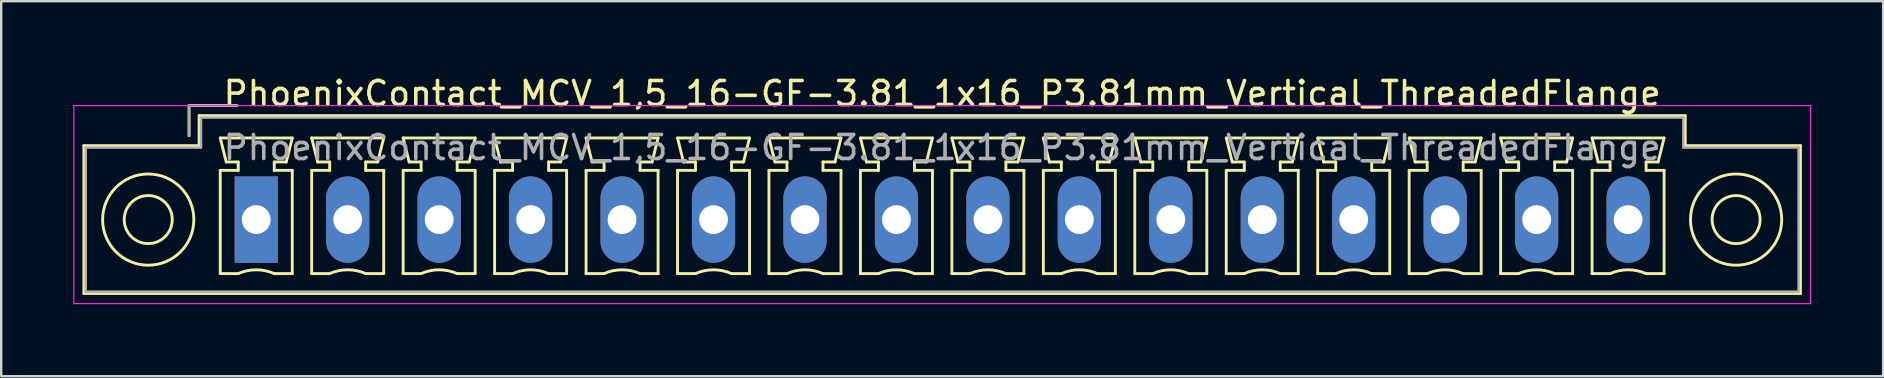
<source format=kicad_pcb>
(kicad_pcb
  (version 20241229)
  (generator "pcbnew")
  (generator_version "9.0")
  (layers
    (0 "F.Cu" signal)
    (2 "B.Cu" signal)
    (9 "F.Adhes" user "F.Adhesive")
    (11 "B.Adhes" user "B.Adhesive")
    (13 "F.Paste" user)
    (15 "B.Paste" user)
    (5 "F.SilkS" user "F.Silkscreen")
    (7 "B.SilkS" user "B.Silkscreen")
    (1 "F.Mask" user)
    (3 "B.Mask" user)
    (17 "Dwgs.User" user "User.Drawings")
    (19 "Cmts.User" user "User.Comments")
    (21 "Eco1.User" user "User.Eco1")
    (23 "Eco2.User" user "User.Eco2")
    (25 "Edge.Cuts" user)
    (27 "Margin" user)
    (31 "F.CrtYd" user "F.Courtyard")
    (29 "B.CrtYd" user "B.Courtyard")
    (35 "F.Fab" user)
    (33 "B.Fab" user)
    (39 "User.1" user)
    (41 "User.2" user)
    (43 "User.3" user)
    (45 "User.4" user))
  (footprint "PhoenixContact_MCV_1,5_16-GF-3.81_1x16_P3.81mm_Vertical_ThreadedFlange"
    (layer "F.Cu")
    (at 7.625 6.098)
    (property "Reference" "PhoenixContact_MCV_1,5_16-GF-3.81_1x16_P3.81mm_Vertical_ThreadedFlange" (at 28.575 -5.25 0) (layer "F.SilkS") (effects (font (size 1 1) (thickness 0.15))))
    (attr through_hole)
    (fp_line (start -7.18 -3.08) (end -7.18 3.08) (stroke (width 0.12) (type solid)) (layer "F.SilkS"))
    (fp_line (start -7.18 3.08) (end 64.33 3.08) (stroke (width 0.12) (type solid)) (layer "F.SilkS"))
    (fp_line (start -2.8 -4.75) (end -0.8 -4.75) (stroke (width 0.12) (type solid)) (layer "F.SilkS"))
    (fp_line (start -2.8 -3.5) (end -2.8 -4.75) (stroke (width 0.12) (type solid)) (layer "F.SilkS"))
    (fp_line (start -2.38 -4.33) (end -2.38 -3.08) (stroke (width 0.12) (type solid)) (layer "F.SilkS"))
    (fp_line (start -2.38 -3.08) (end -7.18 -3.08) (stroke (width 0.12) (type solid)) (layer "F.SilkS"))
    (fp_line (start -1.5 -3.4) (end 1.5 -3.4) (stroke (width 0.12) (type solid)) (layer "F.SilkS"))
    (fp_line (start -1.5 -2.05) (end -0.75 -2.05) (stroke (width 0.12) (type solid)) (layer "F.SilkS"))
    (fp_line (start -1.5 2.25) (end -1.5 -2.05) (stroke (width 0.12) (type solid)) (layer "F.SilkS"))
    (fp_line (start -1.25 -2.4) (end -1.5 -3.4) (stroke (width 0.12) (type solid)) (layer "F.SilkS"))
    (fp_line (start -0.75 -2.4) (end -1.25 -2.4) (stroke (width 0.12) (type solid)) (layer "F.SilkS"))
    (fp_line (start -0.75 -2.05) (end -0.75 -2.4) (stroke (width 0.12) (type solid)) (layer "F.SilkS"))
    (fp_line (start -0.75 2.25) (end -1.5 2.25) (stroke (width 0.12) (type solid)) (layer "F.SilkS"))
    (fp_line (start 0.75 -2.4) (end 0.75 -2.05) (stroke (width 0.12) (type solid)) (layer "F.SilkS"))
    (fp_line (start 0.75 -2.05) (end 1.5 -2.05) (stroke (width 0.12) (type solid)) (layer "F.SilkS"))
    (fp_line (start 1.25 -2.4) (end 0.75 -2.4) (stroke (width 0.12) (type solid)) (layer "F.SilkS"))
    (fp_line (start 1.5 -3.4) (end 1.25 -2.4) (stroke (width 0.12) (type solid)) (layer "F.SilkS"))
    (fp_line (start 1.5 -2.05) (end 1.5 2.25) (stroke (width 0.12) (type solid)) (layer "F.SilkS"))
    (fp_line (start 1.5 2.25) (end 0.75 2.25) (stroke (width 0.12) (type solid)) (layer "F.SilkS"))
    (fp_line (start 2.31 -3.4) (end 5.31 -3.4) (stroke (width 0.12) (type solid)) (layer "F.SilkS"))
    (fp_line (start 2.31 -2.05) (end 3.06 -2.05) (stroke (width 0.12) (type solid)) (layer "F.SilkS"))
    (fp_line (start 2.31 2.25) (end 2.31 -2.05) (stroke (width 0.12) (type solid)) (layer "F.SilkS"))
    (fp_line (start 2.56 -2.4) (end 2.31 -3.4) (stroke (width 0.12) (type solid)) (layer "F.SilkS"))
    (fp_line (start 3.06 -2.4) (end 2.56 -2.4) (stroke (width 0.12) (type solid)) (layer "F.SilkS"))
    (fp_line (start 3.06 -2.05) (end 3.06 -2.4) (stroke (width 0.12) (type solid)) (layer "F.SilkS"))
    (fp_line (start 3.06 2.25) (end 2.31 2.25) (stroke (width 0.12) (type solid)) (layer "F.SilkS"))
    (fp_line (start 4.56 -2.4) (end 4.56 -2.05) (stroke (width 0.12) (type solid)) (layer "F.SilkS"))
    (fp_line (start 4.56 -2.05) (end 5.31 -2.05) (stroke (width 0.12) (type solid)) (layer "F.SilkS"))
    (fp_line (start 5.06 -2.4) (end 4.56 -2.4) (stroke (width 0.12) (type solid)) (layer "F.SilkS"))
    (fp_line (start 5.31 -3.4) (end 5.06 -2.4) (stroke (width 0.12) (type solid)) (layer "F.SilkS"))
    (fp_line (start 5.31 -2.05) (end 5.31 2.25) (stroke (width 0.12) (type solid)) (layer "F.SilkS"))
    (fp_line (start 5.31 2.25) (end 4.56 2.25) (stroke (width 0.12) (type solid)) (layer "F.SilkS"))
    (fp_line (start 6.12 -3.4) (end 9.12 -3.4) (stroke (width 0.12) (type solid)) (layer "F.SilkS"))
    (fp_line (start 6.12 -2.05) (end 6.87 -2.05) (stroke (width 0.12) (type solid)) (layer "F.SilkS"))
    (fp_line (start 6.12 2.25) (end 6.12 -2.05) (stroke (width 0.12) (type solid)) (layer "F.SilkS"))
    (fp_line (start 6.37 -2.4) (end 6.12 -3.4) (stroke (width 0.12) (type solid)) (layer "F.SilkS"))
    (fp_line (start 6.87 -2.4) (end 6.37 -2.4) (stroke (width 0.12) (type solid)) (layer "F.SilkS"))
    (fp_line (start 6.87 -2.05) (end 6.87 -2.4) (stroke (width 0.12) (type solid)) (layer "F.SilkS"))
    (fp_line (start 6.87 2.25) (end 6.12 2.25) (stroke (width 0.12) (type solid)) (layer "F.SilkS"))
    (fp_line (start 8.37 -2.4) (end 8.37 -2.05) (stroke (width 0.12) (type solid)) (layer "F.SilkS"))
    (fp_line (start 8.37 -2.05) (end 9.12 -2.05) (stroke (width 0.12) (type solid)) (layer "F.SilkS"))
    (fp_line (start 8.87 -2.4) (end 8.37 -2.4) (stroke (width 0.12) (type solid)) (layer "F.SilkS"))
    (fp_line (start 9.12 -3.4) (end 8.87 -2.4) (stroke (width 0.12) (type solid)) (layer "F.SilkS"))
    (fp_line (start 9.12 -2.05) (end 9.12 2.25) (stroke (width 0.12) (type solid)) (layer "F.SilkS"))
    (fp_line (start 9.12 2.25) (end 8.37 2.25) (stroke (width 0.12) (type solid)) (layer "F.SilkS"))
    (fp_line (start 9.93 -3.4) (end 12.93 -3.4) (stroke (width 0.12) (type solid)) (layer "F.SilkS"))
    (fp_line (start 9.93 -2.05) (end 10.68 -2.05) (stroke (width 0.12) (type solid)) (layer "F.SilkS"))
    (fp_line (start 9.93 2.25) (end 9.93 -2.05) (stroke (width 0.12) (type solid)) (layer "F.SilkS"))
    (fp_line (start 10.18 -2.4) (end 9.93 -3.4) (stroke (width 0.12) (type solid)) (layer "F.SilkS"))
    (fp_line (start 10.68 -2.4) (end 10.18 -2.4) (stroke (width 0.12) (type solid)) (layer "F.SilkS"))
    (fp_line (start 10.68 -2.05) (end 10.68 -2.4) (stroke (width 0.12) (type solid)) (layer "F.SilkS"))
    (fp_line (start 10.68 2.25) (end 9.93 2.25) (stroke (width 0.12) (type solid)) (layer "F.SilkS"))
    (fp_line (start 12.18 -2.4) (end 12.18 -2.05) (stroke (width 0.12) (type solid)) (layer "F.SilkS"))
    (fp_line (start 12.18 -2.05) (end 12.93 -2.05) (stroke (width 0.12) (type solid)) (layer "F.SilkS"))
    (fp_line (start 12.68 -2.4) (end 12.18 -2.4) (stroke (width 0.12) (type solid)) (layer "F.SilkS"))
    (fp_line (start 12.93 -3.4) (end 12.68 -2.4) (stroke (width 0.12) (type solid)) (layer "F.SilkS"))
    (fp_line (start 12.93 -2.05) (end 12.93 2.25) (stroke (width 0.12) (type solid)) (layer "F.SilkS"))
    (fp_line (start 12.93 2.25) (end 12.18 2.25) (stroke (width 0.12) (type solid)) (layer "F.SilkS"))
    (fp_line (start 13.74 -3.4) (end 16.74 -3.4) (stroke (width 0.12) (type solid)) (layer "F.SilkS"))
    (fp_line (start 13.74 -2.05) (end 14.49 -2.05) (stroke (width 0.12) (type solid)) (layer "F.SilkS"))
    (fp_line (start 13.74 2.25) (end 13.74 -2.05) (stroke (width 0.12) (type solid)) (layer "F.SilkS"))
    (fp_line (start 13.99 -2.4) (end 13.74 -3.4) (stroke (width 0.12) (type solid)) (layer "F.SilkS"))
    (fp_line (start 14.49 -2.4) (end 13.99 -2.4) (stroke (width 0.12) (type solid)) (layer "F.SilkS"))
    (fp_line (start 14.49 -2.05) (end 14.49 -2.4) (stroke (width 0.12) (type solid)) (layer "F.SilkS"))
    (fp_line (start 14.49 2.25) (end 13.74 2.25) (stroke (width 0.12) (type solid)) (layer "F.SilkS"))
    (fp_line (start 15.99 -2.4) (end 15.99 -2.05) (stroke (width 0.12) (type solid)) (layer "F.SilkS"))
    (fp_line (start 15.99 -2.05) (end 16.74 -2.05) (stroke (width 0.12) (type solid)) (layer "F.SilkS"))
    (fp_line (start 16.49 -2.4) (end 15.99 -2.4) (stroke (width 0.12) (type solid)) (layer "F.SilkS"))
    (fp_line (start 16.74 -3.4) (end 16.49 -2.4) (stroke (width 0.12) (type solid)) (layer "F.SilkS"))
    (fp_line (start 16.74 -2.05) (end 16.74 2.25) (stroke (width 0.12) (type solid)) (layer "F.SilkS"))
    (fp_line (start 16.74 2.25) (end 15.99 2.25) (stroke (width 0.12) (type solid)) (layer "F.SilkS"))
    (fp_line (start 17.55 -3.4) (end 20.55 -3.4) (stroke (width 0.12) (type solid)) (layer "F.SilkS"))
    (fp_line (start 17.55 -2.05) (end 18.3 -2.05) (stroke (width 0.12) (type solid)) (layer "F.SilkS"))
    (fp_line (start 17.55 2.25) (end 17.55 -2.05) (stroke (width 0.12) (type solid)) (layer "F.SilkS"))
    (fp_line (start 17.8 -2.4) (end 17.55 -3.4) (stroke (width 0.12) (type solid)) (layer "F.SilkS"))
    (fp_line (start 18.3 -2.4) (end 17.8 -2.4) (stroke (width 0.12) (type solid)) (layer "F.SilkS"))
    (fp_line (start 18.3 -2.05) (end 18.3 -2.4) (stroke (width 0.12) (type solid)) (layer "F.SilkS"))
    (fp_line (start 18.3 2.25) (end 17.55 2.25) (stroke (width 0.12) (type solid)) (layer "F.SilkS"))
    (fp_line (start 19.8 -2.4) (end 19.8 -2.05) (stroke (width 0.12) (type solid)) (layer "F.SilkS"))
    (fp_line (start 19.8 -2.05) (end 20.55 -2.05) (stroke (width 0.12) (type solid)) (layer "F.SilkS"))
    (fp_line (start 20.3 -2.4) (end 19.8 -2.4) (stroke (width 0.12) (type solid)) (layer "F.SilkS"))
    (fp_line (start 20.55 -3.4) (end 20.3 -2.4) (stroke (width 0.12) (type solid)) (layer "F.SilkS"))
    (fp_line (start 20.55 -2.05) (end 20.55 2.25) (stroke (width 0.12) (type solid)) (layer "F.SilkS"))
    (fp_line (start 20.55 2.25) (end 19.8 2.25) (stroke (width 0.12) (type solid)) (layer "F.SilkS"))
    (fp_line (start 21.36 -3.4) (end 24.36 -3.4) (stroke (width 0.12) (type solid)) (layer "F.SilkS"))
    (fp_line (start 21.36 -2.05) (end 22.11 -2.05) (stroke (width 0.12) (type solid)) (layer "F.SilkS"))
    (fp_line (start 21.36 2.25) (end 21.36 -2.05) (stroke (width 0.12) (type solid)) (layer "F.SilkS"))
    (fp_line (start 21.61 -2.4) (end 21.36 -3.4) (stroke (width 0.12) (type solid)) (layer "F.SilkS"))
    (fp_line (start 22.11 -2.4) (end 21.61 -2.4) (stroke (width 0.12) (type solid)) (layer "F.SilkS"))
    (fp_line (start 22.11 -2.05) (end 22.11 -2.4) (stroke (width 0.12) (type solid)) (layer "F.SilkS"))
    (fp_line (start 22.11 2.25) (end 21.36 2.25) (stroke (width 0.12) (type solid)) (layer "F.SilkS"))
    (fp_line (start 23.61 -2.4) (end 23.61 -2.05) (stroke (width 0.12) (type solid)) (layer "F.SilkS"))
    (fp_line (start 23.61 -2.05) (end 24.36 -2.05) (stroke (width 0.12) (type solid)) (layer "F.SilkS"))
    (fp_line (start 24.11 -2.4) (end 23.61 -2.4) (stroke (width 0.12) (type solid)) (layer "F.SilkS"))
    (fp_line (start 24.36 -3.4) (end 24.11 -2.4) (stroke (width 0.12) (type solid)) (layer "F.SilkS"))
    (fp_line (start 24.36 -2.05) (end 24.36 2.25) (stroke (width 0.12) (type solid)) (layer "F.SilkS"))
    (fp_line (start 24.36 2.25) (end 23.61 2.25) (stroke (width 0.12) (type solid)) (layer "F.SilkS"))
    (fp_line (start 25.17 -3.4) (end 28.17 -3.4) (stroke (width 0.12) (type solid)) (layer "F.SilkS"))
    (fp_line (start 25.17 -2.05) (end 25.92 -2.05) (stroke (width 0.12) (type solid)) (layer "F.SilkS"))
    (fp_line (start 25.17 2.25) (end 25.17 -2.05) (stroke (width 0.12) (type solid)) (layer "F.SilkS"))
    (fp_line (start 25.42 -2.4) (end 25.17 -3.4) (stroke (width 0.12) (type solid)) (layer "F.SilkS"))
    (fp_line (start 25.92 -2.4) (end 25.42 -2.4) (stroke (width 0.12) (type solid)) (layer "F.SilkS"))
    (fp_line (start 25.92 -2.05) (end 25.92 -2.4) (stroke (width 0.12) (type solid)) (layer "F.SilkS"))
    (fp_line (start 25.92 2.25) (end 25.17 2.25) (stroke (width 0.12) (type solid)) (layer "F.SilkS"))
    (fp_line (start 27.42 -2.4) (end 27.42 -2.05) (stroke (width 0.12) (type solid)) (layer "F.SilkS"))
    (fp_line (start 27.42 -2.05) (end 28.17 -2.05) (stroke (width 0.12) (type solid)) (layer "F.SilkS"))
    (fp_line (start 27.92 -2.4) (end 27.42 -2.4) (stroke (width 0.12) (type solid)) (layer "F.SilkS"))
    (fp_line (start 28.17 -3.4) (end 27.92 -2.4) (stroke (width 0.12) (type solid)) (layer "F.SilkS"))
    (fp_line (start 28.17 -2.05) (end 28.17 2.25) (stroke (width 0.12) (type solid)) (layer "F.SilkS"))
    (fp_line (start 28.17 2.25) (end 27.42 2.25) (stroke (width 0.12) (type solid)) (layer "F.SilkS"))
    (fp_line (start 28.98 -3.4) (end 31.98 -3.4) (stroke (width 0.12) (type solid)) (layer "F.SilkS"))
    (fp_line (start 28.98 -2.05) (end 29.73 -2.05) (stroke (width 0.12) (type solid)) (layer "F.SilkS"))
    (fp_line (start 28.98 2.25) (end 28.98 -2.05) (stroke (width 0.12) (type solid)) (layer "F.SilkS"))
    (fp_line (start 29.23 -2.4) (end 28.98 -3.4) (stroke (width 0.12) (type solid)) (layer "F.SilkS"))
    (fp_line (start 29.73 -2.4) (end 29.23 -2.4) (stroke (width 0.12) (type solid)) (layer "F.SilkS"))
    (fp_line (start 29.73 -2.05) (end 29.73 -2.4) (stroke (width 0.12) (type solid)) (layer "F.SilkS"))
    (fp_line (start 29.73 2.25) (end 28.98 2.25) (stroke (width 0.12) (type solid)) (layer "F.SilkS"))
    (fp_line (start 31.23 -2.4) (end 31.23 -2.05) (stroke (width 0.12) (type solid)) (layer "F.SilkS"))
    (fp_line (start 31.23 -2.05) (end 31.98 -2.05) (stroke (width 0.12) (type solid)) (layer "F.SilkS"))
    (fp_line (start 31.73 -2.4) (end 31.23 -2.4) (stroke (width 0.12) (type solid)) (layer "F.SilkS"))
    (fp_line (start 31.98 -3.4) (end 31.73 -2.4) (stroke (width 0.12) (type solid)) (layer "F.SilkS"))
    (fp_line (start 31.98 -2.05) (end 31.98 2.25) (stroke (width 0.12) (type solid)) (layer "F.SilkS"))
    (fp_line (start 31.98 2.25) (end 31.23 2.25) (stroke (width 0.12) (type solid)) (layer "F.SilkS"))
    (fp_line (start 32.79 -3.4) (end 35.79 -3.4) (stroke (width 0.12) (type solid)) (layer "F.SilkS"))
    (fp_line (start 32.79 -2.05) (end 33.54 -2.05) (stroke (width 0.12) (type solid)) (layer "F.SilkS"))
    (fp_line (start 32.79 2.25) (end 32.79 -2.05) (stroke (width 0.12) (type solid)) (layer "F.SilkS"))
    (fp_line (start 33.04 -2.4) (end 32.79 -3.4) (stroke (width 0.12) (type solid)) (layer "F.SilkS"))
    (fp_line (start 33.54 -2.4) (end 33.04 -2.4) (stroke (width 0.12) (type solid)) (layer "F.SilkS"))
    (fp_line (start 33.54 -2.05) (end 33.54 -2.4) (stroke (width 0.12) (type solid)) (layer "F.SilkS"))
    (fp_line (start 33.54 2.25) (end 32.79 2.25) (stroke (width 0.12) (type solid)) (layer "F.SilkS"))
    (fp_line (start 35.04 -2.4) (end 35.04 -2.05) (stroke (width 0.12) (type solid)) (layer "F.SilkS"))
    (fp_line (start 35.04 -2.05) (end 35.79 -2.05) (stroke (width 0.12) (type solid)) (layer "F.SilkS"))
    (fp_line (start 35.54 -2.4) (end 35.04 -2.4) (stroke (width 0.12) (type solid)) (layer "F.SilkS"))
    (fp_line (start 35.79 -3.4) (end 35.54 -2.4) (stroke (width 0.12) (type solid)) (layer "F.SilkS"))
    (fp_line (start 35.79 -2.05) (end 35.79 2.25) (stroke (width 0.12) (type solid)) (layer "F.SilkS"))
    (fp_line (start 35.79 2.25) (end 35.04 2.25) (stroke (width 0.12) (type solid)) (layer "F.SilkS"))
    (fp_line (start 36.6 -3.4) (end 39.6 -3.4) (stroke (width 0.12) (type solid)) (layer "F.SilkS"))
    (fp_line (start 36.6 -2.05) (end 37.35 -2.05) (stroke (width 0.12) (type solid)) (layer "F.SilkS"))
    (fp_line (start 36.6 2.25) (end 36.6 -2.05) (stroke (width 0.12) (type solid)) (layer "F.SilkS"))
    (fp_line (start 36.85 -2.4) (end 36.6 -3.4) (stroke (width 0.12) (type solid)) (layer "F.SilkS"))
    (fp_line (start 37.35 -2.4) (end 36.85 -2.4) (stroke (width 0.12) (type solid)) (layer "F.SilkS"))
    (fp_line (start 37.35 -2.05) (end 37.35 -2.4) (stroke (width 0.12) (type solid)) (layer "F.SilkS"))
    (fp_line (start 37.35 2.25) (end 36.6 2.25) (stroke (width 0.12) (type solid)) (layer "F.SilkS"))
    (fp_line (start 38.85 -2.4) (end 38.85 -2.05) (stroke (width 0.12) (type solid)) (layer "F.SilkS"))
    (fp_line (start 38.85 -2.05) (end 39.6 -2.05) (stroke (width 0.12) (type solid)) (layer "F.SilkS"))
    (fp_line (start 39.35 -2.4) (end 38.85 -2.4) (stroke (width 0.12) (type solid)) (layer "F.SilkS"))
    (fp_line (start 39.6 -3.4) (end 39.35 -2.4) (stroke (width 0.12) (type solid)) (layer "F.SilkS"))
    (fp_line (start 39.6 -2.05) (end 39.6 2.25) (stroke (width 0.12) (type solid)) (layer "F.SilkS"))
    (fp_line (start 39.6 2.25) (end 38.85 2.25) (stroke (width 0.12) (type solid)) (layer "F.SilkS"))
    (fp_line (start 40.41 -3.4) (end 43.41 -3.4) (stroke (width 0.12) (type solid)) (layer "F.SilkS"))
    (fp_line (start 40.41 -2.05) (end 41.16 -2.05) (stroke (width 0.12) (type solid)) (layer "F.SilkS"))
    (fp_line (start 40.41 2.25) (end 40.41 -2.05) (stroke (width 0.12) (type solid)) (layer "F.SilkS"))
    (fp_line (start 40.66 -2.4) (end 40.41 -3.4) (stroke (width 0.12) (type solid)) (layer "F.SilkS"))
    (fp_line (start 41.16 -2.4) (end 40.66 -2.4) (stroke (width 0.12) (type solid)) (layer "F.SilkS"))
    (fp_line (start 41.16 -2.05) (end 41.16 -2.4) (stroke (width 0.12) (type solid)) (layer "F.SilkS"))
    (fp_line (start 41.16 2.25) (end 40.41 2.25) (stroke (width 0.12) (type solid)) (layer "F.SilkS"))
    (fp_line (start 42.66 -2.4) (end 42.66 -2.05) (stroke (width 0.12) (type solid)) (layer "F.SilkS"))
    (fp_line (start 42.66 -2.05) (end 43.41 -2.05) (stroke (width 0.12) (type solid)) (layer "F.SilkS"))
    (fp_line (start 43.16 -2.4) (end 42.66 -2.4) (stroke (width 0.12) (type solid)) (layer "F.SilkS"))
    (fp_line (start 43.41 -3.4) (end 43.16 -2.4) (stroke (width 0.12) (type solid)) (layer "F.SilkS"))
    (fp_line (start 43.41 -2.05) (end 43.41 2.25) (stroke (width 0.12) (type solid)) (layer "F.SilkS"))
    (fp_line (start 43.41 2.25) (end 42.66 2.25) (stroke (width 0.12) (type solid)) (layer "F.SilkS"))
    (fp_line (start 44.22 -3.4) (end 47.22 -3.4) (stroke (width 0.12) (type solid)) (layer "F.SilkS"))
    (fp_line (start 44.22 -2.05) (end 44.97 -2.05) (stroke (width 0.12) (type solid)) (layer "F.SilkS"))
    (fp_line (start 44.22 2.25) (end 44.22 -2.05) (stroke (width 0.12) (type solid)) (layer "F.SilkS"))
    (fp_line (start 44.47 -2.4) (end 44.22 -3.4) (stroke (width 0.12) (type solid)) (layer "F.SilkS"))
    (fp_line (start 44.97 -2.4) (end 44.47 -2.4) (stroke (width 0.12) (type solid)) (layer "F.SilkS"))
    (fp_line (start 44.97 -2.05) (end 44.97 -2.4) (stroke (width 0.12) (type solid)) (layer "F.SilkS"))
    (fp_line (start 44.97 2.25) (end 44.22 2.25) (stroke (width 0.12) (type solid)) (layer "F.SilkS"))
    (fp_line (start 46.47 -2.4) (end 46.47 -2.05) (stroke (width 0.12) (type solid)) (layer "F.SilkS"))
    (fp_line (start 46.47 -2.05) (end 47.22 -2.05) (stroke (width 0.12) (type solid)) (layer "F.SilkS"))
    (fp_line (start 46.97 -2.4) (end 46.47 -2.4) (stroke (width 0.12) (type solid)) (layer "F.SilkS"))
    (fp_line (start 47.22 -3.4) (end 46.97 -2.4) (stroke (width 0.12) (type solid)) (layer "F.SilkS"))
    (fp_line (start 47.22 -2.05) (end 47.22 2.25) (stroke (width 0.12) (type solid)) (layer "F.SilkS"))
    (fp_line (start 47.22 2.25) (end 46.47 2.25) (stroke (width 0.12) (type solid)) (layer "F.SilkS"))
    (fp_line (start 48.03 -3.4) (end 51.03 -3.4) (stroke (width 0.12) (type solid)) (layer "F.SilkS"))
    (fp_line (start 48.03 -2.05) (end 48.78 -2.05) (stroke (width 0.12) (type solid)) (layer "F.SilkS"))
    (fp_line (start 48.03 2.25) (end 48.03 -2.05) (stroke (width 0.12) (type solid)) (layer "F.SilkS"))
    (fp_line (start 48.28 -2.4) (end 48.03 -3.4) (stroke (width 0.12) (type solid)) (layer "F.SilkS"))
    (fp_line (start 48.78 -2.4) (end 48.28 -2.4) (stroke (width 0.12) (type solid)) (layer "F.SilkS"))
    (fp_line (start 48.78 -2.05) (end 48.78 -2.4) (stroke (width 0.12) (type solid)) (layer "F.SilkS"))
    (fp_line (start 48.78 2.25) (end 48.03 2.25) (stroke (width 0.12) (type solid)) (layer "F.SilkS"))
    (fp_line (start 50.28 -2.4) (end 50.28 -2.05) (stroke (width 0.12) (type solid)) (layer "F.SilkS"))
    (fp_line (start 50.28 -2.05) (end 51.03 -2.05) (stroke (width 0.12) (type solid)) (layer "F.SilkS"))
    (fp_line (start 50.78 -2.4) (end 50.28 -2.4) (stroke (width 0.12) (type solid)) (layer "F.SilkS"))
    (fp_line (start 51.03 -3.4) (end 50.78 -2.4) (stroke (width 0.12) (type solid)) (layer "F.SilkS"))
    (fp_line (start 51.03 -2.05) (end 51.03 2.25) (stroke (width 0.12) (type solid)) (layer "F.SilkS"))
    (fp_line (start 51.03 2.25) (end 50.28 2.25) (stroke (width 0.12) (type solid)) (layer "F.SilkS"))
    (fp_line (start 51.84 -3.4) (end 54.84 -3.4) (stroke (width 0.12) (type solid)) (layer "F.SilkS"))
    (fp_line (start 51.84 -2.05) (end 52.59 -2.05) (stroke (width 0.12) (type solid)) (layer "F.SilkS"))
    (fp_line (start 51.84 2.25) (end 51.84 -2.05) (stroke (width 0.12) (type solid)) (layer "F.SilkS"))
    (fp_line (start 52.09 -2.4) (end 51.84 -3.4) (stroke (width 0.12) (type solid)) (layer "F.SilkS"))
    (fp_line (start 52.59 -2.4) (end 52.09 -2.4) (stroke (width 0.12) (type solid)) (layer "F.SilkS"))
    (fp_line (start 52.59 -2.05) (end 52.59 -2.4) (stroke (width 0.12) (type solid)) (layer "F.SilkS"))
    (fp_line (start 52.59 2.25) (end 51.84 2.25) (stroke (width 0.12) (type solid)) (layer "F.SilkS"))
    (fp_line (start 54.09 -2.4) (end 54.09 -2.05) (stroke (width 0.12) (type solid)) (layer "F.SilkS"))
    (fp_line (start 54.09 -2.05) (end 54.84 -2.05) (stroke (width 0.12) (type solid)) (layer "F.SilkS"))
    (fp_line (start 54.59 -2.4) (end 54.09 -2.4) (stroke (width 0.12) (type solid)) (layer "F.SilkS"))
    (fp_line (start 54.84 -3.4) (end 54.59 -2.4) (stroke (width 0.12) (type solid)) (layer "F.SilkS"))
    (fp_line (start 54.84 -2.05) (end 54.84 2.25) (stroke (width 0.12) (type solid)) (layer "F.SilkS"))
    (fp_line (start 54.84 2.25) (end 54.09 2.25) (stroke (width 0.12) (type solid)) (layer "F.SilkS"))
    (fp_line (start 55.65 -3.4) (end 58.65 -3.4) (stroke (width 0.12) (type solid)) (layer "F.SilkS"))
    (fp_line (start 55.65 -2.05) (end 56.4 -2.05) (stroke (width 0.12) (type solid)) (layer "F.SilkS"))
    (fp_line (start 55.65 2.25) (end 55.65 -2.05) (stroke (width 0.12) (type solid)) (layer "F.SilkS"))
    (fp_line (start 55.9 -2.4) (end 55.65 -3.4) (stroke (width 0.12) (type solid)) (layer "F.SilkS"))
    (fp_line (start 56.4 -2.4) (end 55.9 -2.4) (stroke (width 0.12) (type solid)) (layer "F.SilkS"))
    (fp_line (start 56.4 -2.05) (end 56.4 -2.4) (stroke (width 0.12) (type solid)) (layer "F.SilkS"))
    (fp_line (start 56.4 2.25) (end 55.65 2.25) (stroke (width 0.12) (type solid)) (layer "F.SilkS"))
    (fp_line (start 57.9 -2.4) (end 57.9 -2.05) (stroke (width 0.12) (type solid)) (layer "F.SilkS"))
    (fp_line (start 57.9 -2.05) (end 58.65 -2.05) (stroke (width 0.12) (type solid)) (layer "F.SilkS"))
    (fp_line (start 58.4 -2.4) (end 57.9 -2.4) (stroke (width 0.12) (type solid)) (layer "F.SilkS"))
    (fp_line (start 58.65 -3.4) (end 58.4 -2.4) (stroke (width 0.12) (type solid)) (layer "F.SilkS"))
    (fp_line (start 58.65 -2.05) (end 58.65 2.25) (stroke (width 0.12) (type solid)) (layer "F.SilkS"))
    (fp_line (start 58.65 2.25) (end 57.9 2.25) (stroke (width 0.12) (type solid)) (layer "F.SilkS"))
    (fp_line (start 59.53 -4.33) (end -2.38 -4.33) (stroke (width 0.12) (type solid)) (layer "F.SilkS"))
    (fp_line (start 59.53 -3.08) (end 59.53 -4.33) (stroke (width 0.12) (type solid)) (layer "F.SilkS"))
    (fp_line (start 64.33 -3.08) (end 59.53 -3.08) (stroke (width 0.12) (type solid)) (layer "F.SilkS"))
    (fp_line (start 64.33 3.08) (end 64.33 -3.08) (stroke (width 0.12) (type solid)) (layer "F.SilkS"))
    (fp_arc (start -0.75 2.25) (mid -0.000193 2.09191) (end 0.749647 2.249844) (stroke (width 0.12) (type solid)) (layer "F.SilkS"))
    (fp_arc (start 3.06 2.25) (mid 3.809807 2.09191) (end 4.559647 2.249844) (stroke (width 0.12) (type solid)) (layer "F.SilkS"))
    (fp_arc (start 6.87 2.25) (mid 7.619807 2.09191) (end 8.369647 2.249844) (stroke (width 0.12) (type solid)) (layer "F.SilkS"))
    (fp_arc (start 10.68 2.25) (mid 11.429807 2.09191) (end 12.179647 2.249844) (stroke (width 0.12) (type solid)) (layer "F.SilkS"))
    (fp_arc (start 14.49 2.25) (mid 15.239807 2.09191) (end 15.989647 2.249844) (stroke (width 0.12) (type solid)) (layer "F.SilkS"))
    (fp_arc (start 18.3 2.25) (mid 19.049807 2.09191) (end 19.799647 2.249844) (stroke (width 0.12) (type solid)) (layer "F.SilkS"))
    (fp_arc (start 22.11 2.25) (mid 22.859807 2.09191) (end 23.609647 2.249844) (stroke (width 0.12) (type solid)) (layer "F.SilkS"))
    (fp_arc (start 25.92 2.25) (mid 26.669807 2.09191) (end 27.419647 2.249844) (stroke (width 0.12) (type solid)) (layer "F.SilkS"))
    (fp_arc (start 29.73 2.25) (mid 30.479807 2.09191) (end 31.229647 2.249844) (stroke (width 0.12) (type solid)) (layer "F.SilkS"))
    (fp_arc (start 33.54 2.25) (mid 34.289807 2.09191) (end 35.039647 2.249844) (stroke (width 0.12) (type solid)) (layer "F.SilkS"))
    (fp_arc (start 37.35 2.25) (mid 38.099807 2.09191) (end 38.849647 2.249844) (stroke (width 0.12) (type solid)) (layer "F.SilkS"))
    (fp_arc (start 41.16 2.25) (mid 41.909807 2.09191) (end 42.659647 2.249844) (stroke (width 0.12) (type solid)) (layer "F.SilkS"))
    (fp_arc (start 44.97 2.25) (mid 45.719807 2.09191) (end 46.469647 2.249844) (stroke (width 0.12) (type solid)) (layer "F.SilkS"))
    (fp_arc (start 48.78 2.25) (mid 49.529807 2.09191) (end 50.279647 2.249844) (stroke (width 0.12) (type solid)) (layer "F.SilkS"))
    (fp_arc (start 52.59 2.25) (mid 53.339807 2.09191) (end 54.089647 2.249844) (stroke (width 0.12) (type solid)) (layer "F.SilkS"))
    (fp_arc (start 56.4 2.25) (mid 57.149807 2.09191) (end 57.899647 2.249844) (stroke (width 0.12) (type solid)) (layer "F.SilkS"))
    (fp_circle (center -4.5 0) (end -3.5 0) (stroke (width 0.12) (type solid)) (fill no) (layer "F.SilkS"))
    (fp_circle (center -4.5 0) (end -2.6 0) (stroke (width 0.12) (type solid)) (fill no) (layer "F.SilkS"))
    (fp_circle (center 61.65 0) (end 62.65 0) (stroke (width 0.12) (type solid)) (fill no) (layer "F.SilkS"))
    (fp_circle (center 61.65 0) (end 63.55 0) (stroke (width 0.12) (type solid)) (fill no) (layer "F.SilkS"))
    (fp_line (start -7.6 -4.75) (end -7.6 3.5) (stroke (width 0.05) (type solid)) (layer "F.CrtYd"))
    (fp_line (start -7.6 3.5) (end 64.75 3.5) (stroke (width 0.05) (type solid)) (layer "F.CrtYd"))
    (fp_line (start 64.75 -4.75) (end -7.6 -4.75) (stroke (width 0.05) (type solid)) (layer "F.CrtYd"))
    (fp_line (start 64.75 3.5) (end 64.75 -4.75) (stroke (width 0.05) (type solid)) (layer "F.CrtYd"))
    (fp_line (start -7.1 -3) (end -7.1 3) (stroke (width 0.1) (type solid)) (layer "F.Fab"))
    (fp_line (start -7.1 3) (end 64.25 3) (stroke (width 0.1) (type solid)) (layer "F.Fab"))
    (fp_line (start -2.8 -4.75) (end -0.8 -4.75) (stroke (width 0.1) (type solid)) (layer "F.Fab"))
    (fp_line (start -2.8 -3.5) (end -2.8 -4.75) (stroke (width 0.1) (type solid)) (layer "F.Fab"))
    (fp_line (start -2.3 -4.25) (end -2.3 -3) (stroke (width 0.1) (type solid)) (layer "F.Fab"))
    (fp_line (start -2.3 -3) (end -7.1 -3) (stroke (width 0.1) (type solid)) (layer "F.Fab"))
    (fp_line (start 59.45 -4.25) (end -2.3 -4.25) (stroke (width 0.1) (type solid)) (layer "F.Fab"))
    (fp_line (start 59.45 -3) (end 59.45 -4.25) (stroke (width 0.1) (type solid)) (layer "F.Fab"))
    (fp_line (start 64.25 -3) (end 59.45 -3) (stroke (width 0.1) (type solid)) (layer "F.Fab"))
    (fp_line (start 64.25 3) (end 64.25 -3) (stroke (width 0.1) (type solid)) (layer "F.Fab"))
    (fp_text user "${REFERENCE}" (at 28.575 -3 0) (layer "F.Fab") (effects (font (size 1 1) (thickness 0.15))))
    (pad "1" thru_hole rect (at 0 0) (size 1.8 3.6) (drill 1.2) (layers "*.Cu" "*.Mask"))
    (pad "2" thru_hole oval (at 3.81 0) (size 1.8 3.6) (drill 1.2) (layers "*.Cu" "*.Mask"))
    (pad "3" thru_hole oval (at 7.62 0) (size 1.8 3.6) (drill 1.2) (layers "*.Cu" "*.Mask"))
    (pad "4" thru_hole oval (at 11.43 0) (size 1.8 3.6) (drill 1.2) (layers "*.Cu" "*.Mask"))
    (pad "5" thru_hole oval (at 15.24 0) (size 1.8 3.6) (drill 1.2) (layers "*.Cu" "*.Mask"))
    (pad "6" thru_hole oval (at 19.05 0) (size 1.8 3.6) (drill 1.2) (layers "*.Cu" "*.Mask"))
    (pad "7" thru_hole oval (at 22.86 0) (size 1.8 3.6) (drill 1.2) (layers "*.Cu" "*.Mask"))
    (pad "8" thru_hole oval (at 26.67 0) (size 1.8 3.6) (drill 1.2) (layers "*.Cu" "*.Mask"))
    (pad "9" thru_hole oval (at 30.48 0) (size 1.8 3.6) (drill 1.2) (layers "*.Cu" "*.Mask"))
    (pad "10" thru_hole oval (at 34.29 0) (size 1.8 3.6) (drill 1.2) (layers "*.Cu" "*.Mask"))
    (pad "11" thru_hole oval (at 38.1 0) (size 1.8 3.6) (drill 1.2) (layers "*.Cu" "*.Mask"))
    (pad "12" thru_hole oval (at 41.91 0) (size 1.8 3.6) (drill 1.2) (layers "*.Cu" "*.Mask"))
    (pad "13" thru_hole oval (at 45.72 0) (size 1.8 3.6) (drill 1.2) (layers "*.Cu" "*.Mask"))
    (pad "14" thru_hole oval (at 49.53 0) (size 1.8 3.6) (drill 1.2) (layers "*.Cu" "*.Mask"))
    (pad "15" thru_hole oval (at 53.34 0) (size 1.8 3.6) (drill 1.2) (layers "*.Cu" "*.Mask"))
    (pad "16" thru_hole oval (at 57.15 0) (size 1.8 3.6) (drill 1.2) (layers "*.Cu" "*.Mask")))
  (gr_rect
    (start -3 -3)
    (end 75.4 12.623)
    (stroke (width 0.1) (type default))
    (fill no)
    (layer "Edge.Cuts")))
</source>
